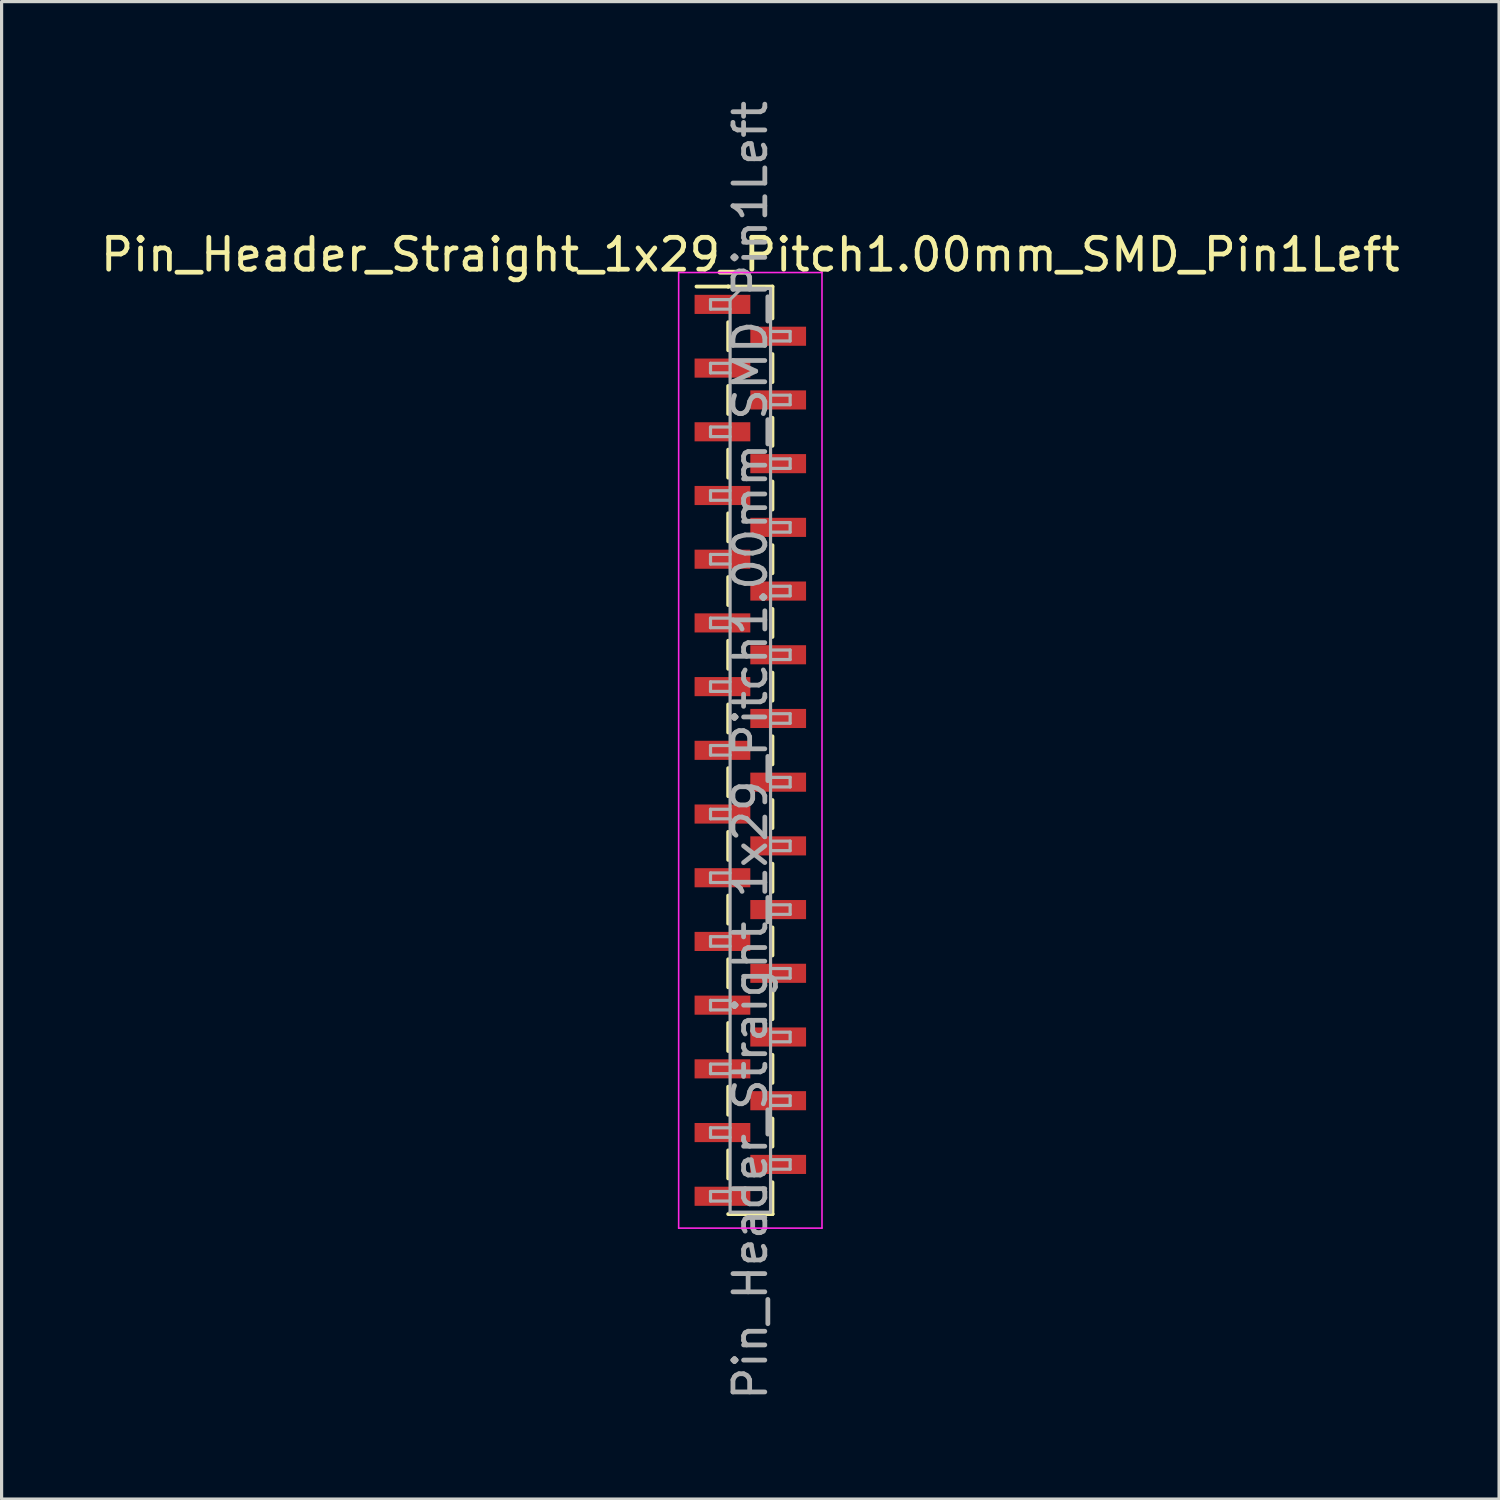
<source format=kicad_pcb>
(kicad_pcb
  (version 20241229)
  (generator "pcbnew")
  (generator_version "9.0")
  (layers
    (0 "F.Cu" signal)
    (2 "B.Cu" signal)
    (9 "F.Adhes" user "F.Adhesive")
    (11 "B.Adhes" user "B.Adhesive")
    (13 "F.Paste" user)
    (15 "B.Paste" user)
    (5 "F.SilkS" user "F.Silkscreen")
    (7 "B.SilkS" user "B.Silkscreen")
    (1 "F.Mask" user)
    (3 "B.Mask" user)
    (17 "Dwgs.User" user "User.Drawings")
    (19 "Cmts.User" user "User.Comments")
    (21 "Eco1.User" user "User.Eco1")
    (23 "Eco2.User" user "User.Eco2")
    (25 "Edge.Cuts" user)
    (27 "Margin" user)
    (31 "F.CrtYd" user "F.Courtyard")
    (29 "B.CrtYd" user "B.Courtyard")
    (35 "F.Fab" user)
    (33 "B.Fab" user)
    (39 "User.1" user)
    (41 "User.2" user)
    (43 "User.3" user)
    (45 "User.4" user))
  (footprint "Pin_Header_Straight_1x29_Pitch1.00mm_SMD_Pin1Left"
    (layer "F.Cu")
    (at 20.506 20.506)
    (property "Reference" "Pin_Header_Straight_1x29_Pitch1.00mm_SMD_Pin1Left" (at 0 -15.56 0) (layer "F.SilkS") (effects (font (size 1 1) (thickness 0.15))))
    (attr smd)
    (fp_line (start -0.695 -14.56) (end -1.69 -14.56) (stroke (width 0.12) (type solid)) (layer "F.SilkS"))
    (fp_line (start -0.695 -14.56) (end -0.695 -14.56) (stroke (width 0.12) (type solid)) (layer "F.SilkS"))
    (fp_line (start -0.695 -14.56) (end 0.695 -14.56) (stroke (width 0.12) (type solid)) (layer "F.SilkS"))
    (fp_line (start -0.695 -13.44) (end -0.695 -12.56) (stroke (width 0.12) (type solid)) (layer "F.SilkS"))
    (fp_line (start -0.695 -11.44) (end -0.695 -10.56) (stroke (width 0.12) (type solid)) (layer "F.SilkS"))
    (fp_line (start -0.695 -9.44) (end -0.695 -8.56) (stroke (width 0.12) (type solid)) (layer "F.SilkS"))
    (fp_line (start -0.695 -7.44) (end -0.695 -6.56) (stroke (width 0.12) (type solid)) (layer "F.SilkS"))
    (fp_line (start -0.695 -5.44) (end -0.695 -4.56) (stroke (width 0.12) (type solid)) (layer "F.SilkS"))
    (fp_line (start -0.695 -3.44) (end -0.695 -2.56) (stroke (width 0.12) (type solid)) (layer "F.SilkS"))
    (fp_line (start -0.695 -1.44) (end -0.695 -0.56) (stroke (width 0.12) (type solid)) (layer "F.SilkS"))
    (fp_line (start -0.695 0.56) (end -0.695 1.44) (stroke (width 0.12) (type solid)) (layer "F.SilkS"))
    (fp_line (start -0.695 2.56) (end -0.695 3.44) (stroke (width 0.12) (type solid)) (layer "F.SilkS"))
    (fp_line (start -0.695 4.56) (end -0.695 5.44) (stroke (width 0.12) (type solid)) (layer "F.SilkS"))
    (fp_line (start -0.695 6.56) (end -0.695 7.44) (stroke (width 0.12) (type solid)) (layer "F.SilkS"))
    (fp_line (start -0.695 8.56) (end -0.695 9.44) (stroke (width 0.12) (type solid)) (layer "F.SilkS"))
    (fp_line (start -0.695 10.56) (end -0.695 11.44) (stroke (width 0.12) (type solid)) (layer "F.SilkS"))
    (fp_line (start -0.695 12.56) (end -0.695 13.44) (stroke (width 0.12) (type solid)) (layer "F.SilkS"))
    (fp_line (start -0.695 14.56) (end 0.695 14.56) (stroke (width 0.12) (type solid)) (layer "F.SilkS"))
    (fp_line (start 0.695 -14.56) (end 0.695 -13.56) (stroke (width 0.12) (type solid)) (layer "F.SilkS"))
    (fp_line (start 0.695 -12.44) (end 0.695 -11.56) (stroke (width 0.12) (type solid)) (layer "F.SilkS"))
    (fp_line (start 0.695 -10.44) (end 0.695 -9.56) (stroke (width 0.12) (type solid)) (layer "F.SilkS"))
    (fp_line (start 0.695 -8.44) (end 0.695 -7.56) (stroke (width 0.12) (type solid)) (layer "F.SilkS"))
    (fp_line (start 0.695 -6.44) (end 0.695 -5.56) (stroke (width 0.12) (type solid)) (layer "F.SilkS"))
    (fp_line (start 0.695 -4.44) (end 0.695 -3.56) (stroke (width 0.12) (type solid)) (layer "F.SilkS"))
    (fp_line (start 0.695 -2.44) (end 0.695 -1.56) (stroke (width 0.12) (type solid)) (layer "F.SilkS"))
    (fp_line (start 0.695 -0.44) (end 0.695 0.44) (stroke (width 0.12) (type solid)) (layer "F.SilkS"))
    (fp_line (start 0.695 1.56) (end 0.695 2.44) (stroke (width 0.12) (type solid)) (layer "F.SilkS"))
    (fp_line (start 0.695 3.56) (end 0.695 4.44) (stroke (width 0.12) (type solid)) (layer "F.SilkS"))
    (fp_line (start 0.695 5.56) (end 0.695 6.44) (stroke (width 0.12) (type solid)) (layer "F.SilkS"))
    (fp_line (start 0.695 7.56) (end 0.695 8.44) (stroke (width 0.12) (type solid)) (layer "F.SilkS"))
    (fp_line (start 0.695 9.56) (end 0.695 10.44) (stroke (width 0.12) (type solid)) (layer "F.SilkS"))
    (fp_line (start 0.695 11.56) (end 0.695 12.44) (stroke (width 0.12) (type solid)) (layer "F.SilkS"))
    (fp_line (start 0.695 13.56) (end 0.695 14.56) (stroke (width 0.12) (type solid)) (layer "F.SilkS"))
    (fp_line (start 0.695 14.56) (end 0.695 14.56) (stroke (width 0.12) (type solid)) (layer "F.SilkS"))
    (fp_line (start -2.25 -15) (end -2.25 15) (stroke (width 0.05) (type solid)) (layer "F.CrtYd"))
    (fp_line (start -2.25 15) (end 2.25 15) (stroke (width 0.05) (type solid)) (layer "F.CrtYd"))
    (fp_line (start 2.25 -15) (end -2.25 -15) (stroke (width 0.05) (type solid)) (layer "F.CrtYd"))
    (fp_line (start 2.25 15) (end 2.25 -15) (stroke (width 0.05) (type solid)) (layer "F.CrtYd"))
    (fp_line (start -1.25 -14.15) (end -1.25 -13.85) (stroke (width 0.1) (type solid)) (layer "F.Fab"))
    (fp_line (start -1.25 -13.85) (end -0.635 -13.85) (stroke (width 0.1) (type solid)) (layer "F.Fab"))
    (fp_line (start -1.25 -12.15) (end -1.25 -11.85) (stroke (width 0.1) (type solid)) (layer "F.Fab"))
    (fp_line (start -1.25 -11.85) (end -0.635 -11.85) (stroke (width 0.1) (type solid)) (layer "F.Fab"))
    (fp_line (start -1.25 -10.15) (end -1.25 -9.85) (stroke (width 0.1) (type solid)) (layer "F.Fab"))
    (fp_line (start -1.25 -9.85) (end -0.635 -9.85) (stroke (width 0.1) (type solid)) (layer "F.Fab"))
    (fp_line (start -1.25 -8.15) (end -1.25 -7.85) (stroke (width 0.1) (type solid)) (layer "F.Fab"))
    (fp_line (start -1.25 -7.85) (end -0.635 -7.85) (stroke (width 0.1) (type solid)) (layer "F.Fab"))
    (fp_line (start -1.25 -6.15) (end -1.25 -5.85) (stroke (width 0.1) (type solid)) (layer "F.Fab"))
    (fp_line (start -1.25 -5.85) (end -0.635 -5.85) (stroke (width 0.1) (type solid)) (layer "F.Fab"))
    (fp_line (start -1.25 -4.15) (end -1.25 -3.85) (stroke (width 0.1) (type solid)) (layer "F.Fab"))
    (fp_line (start -1.25 -3.85) (end -0.635 -3.85) (stroke (width 0.1) (type solid)) (layer "F.Fab"))
    (fp_line (start -1.25 -2.15) (end -1.25 -1.85) (stroke (width 0.1) (type solid)) (layer "F.Fab"))
    (fp_line (start -1.25 -1.85) (end -0.635 -1.85) (stroke (width 0.1) (type solid)) (layer "F.Fab"))
    (fp_line (start -1.25 -0.15) (end -1.25 0.15) (stroke (width 0.1) (type solid)) (layer "F.Fab"))
    (fp_line (start -1.25 0.15) (end -0.635 0.15) (stroke (width 0.1) (type solid)) (layer "F.Fab"))
    (fp_line (start -1.25 1.85) (end -1.25 2.15) (stroke (width 0.1) (type solid)) (layer "F.Fab"))
    (fp_line (start -1.25 2.15) (end -0.635 2.15) (stroke (width 0.1) (type solid)) (layer "F.Fab"))
    (fp_line (start -1.25 3.85) (end -1.25 4.15) (stroke (width 0.1) (type solid)) (layer "F.Fab"))
    (fp_line (start -1.25 4.15) (end -0.635 4.15) (stroke (width 0.1) (type solid)) (layer "F.Fab"))
    (fp_line (start -1.25 5.85) (end -1.25 6.15) (stroke (width 0.1) (type solid)) (layer "F.Fab"))
    (fp_line (start -1.25 6.15) (end -0.635 6.15) (stroke (width 0.1) (type solid)) (layer "F.Fab"))
    (fp_line (start -1.25 7.85) (end -1.25 8.15) (stroke (width 0.1) (type solid)) (layer "F.Fab"))
    (fp_line (start -1.25 8.15) (end -0.635 8.15) (stroke (width 0.1) (type solid)) (layer "F.Fab"))
    (fp_line (start -1.25 9.85) (end -1.25 10.15) (stroke (width 0.1) (type solid)) (layer "F.Fab"))
    (fp_line (start -1.25 10.15) (end -0.635 10.15) (stroke (width 0.1) (type solid)) (layer "F.Fab"))
    (fp_line (start -1.25 11.85) (end -1.25 12.15) (stroke (width 0.1) (type solid)) (layer "F.Fab"))
    (fp_line (start -1.25 12.15) (end -0.635 12.15) (stroke (width 0.1) (type solid)) (layer "F.Fab"))
    (fp_line (start -1.25 13.85) (end -1.25 14.15) (stroke (width 0.1) (type solid)) (layer "F.Fab"))
    (fp_line (start -1.25 14.15) (end -0.635 14.15) (stroke (width 0.1) (type solid)) (layer "F.Fab"))
    (fp_line (start -0.635 -14.15) (end -1.25 -14.15) (stroke (width 0.1) (type solid)) (layer "F.Fab"))
    (fp_line (start -0.635 -14.15) (end -0.285 -14.5) (stroke (width 0.1) (type solid)) (layer "F.Fab"))
    (fp_line (start -0.635 -12.15) (end -1.25 -12.15) (stroke (width 0.1) (type solid)) (layer "F.Fab"))
    (fp_line (start -0.635 -10.15) (end -1.25 -10.15) (stroke (width 0.1) (type solid)) (layer "F.Fab"))
    (fp_line (start -0.635 -8.15) (end -1.25 -8.15) (stroke (width 0.1) (type solid)) (layer "F.Fab"))
    (fp_line (start -0.635 -6.15) (end -1.25 -6.15) (stroke (width 0.1) (type solid)) (layer "F.Fab"))
    (fp_line (start -0.635 -4.15) (end -1.25 -4.15) (stroke (width 0.1) (type solid)) (layer "F.Fab"))
    (fp_line (start -0.635 -2.15) (end -1.25 -2.15) (stroke (width 0.1) (type solid)) (layer "F.Fab"))
    (fp_line (start -0.635 -0.15) (end -1.25 -0.15) (stroke (width 0.1) (type solid)) (layer "F.Fab"))
    (fp_line (start -0.635 1.85) (end -1.25 1.85) (stroke (width 0.1) (type solid)) (layer "F.Fab"))
    (fp_line (start -0.635 3.85) (end -1.25 3.85) (stroke (width 0.1) (type solid)) (layer "F.Fab"))
    (fp_line (start -0.635 5.85) (end -1.25 5.85) (stroke (width 0.1) (type solid)) (layer "F.Fab"))
    (fp_line (start -0.635 7.85) (end -1.25 7.85) (stroke (width 0.1) (type solid)) (layer "F.Fab"))
    (fp_line (start -0.635 9.85) (end -1.25 9.85) (stroke (width 0.1) (type solid)) (layer "F.Fab"))
    (fp_line (start -0.635 11.85) (end -1.25 11.85) (stroke (width 0.1) (type solid)) (layer "F.Fab"))
    (fp_line (start -0.635 13.85) (end -1.25 13.85) (stroke (width 0.1) (type solid)) (layer "F.Fab"))
    (fp_line (start -0.635 14.5) (end -0.635 -14.15) (stroke (width 0.1) (type solid)) (layer "F.Fab"))
    (fp_line (start -0.285 -14.5) (end 0.635 -14.5) (stroke (width 0.1) (type solid)) (layer "F.Fab"))
    (fp_line (start 0.635 -14.5) (end 0.635 14.5) (stroke (width 0.1) (type solid)) (layer "F.Fab"))
    (fp_line (start 0.635 -13.15) (end 1.25 -13.15) (stroke (width 0.1) (type solid)) (layer "F.Fab"))
    (fp_line (start 0.635 -11.15) (end 1.25 -11.15) (stroke (width 0.1) (type solid)) (layer "F.Fab"))
    (fp_line (start 0.635 -9.15) (end 1.25 -9.15) (stroke (width 0.1) (type solid)) (layer "F.Fab"))
    (fp_line (start 0.635 -7.15) (end 1.25 -7.15) (stroke (width 0.1) (type solid)) (layer "F.Fab"))
    (fp_line (start 0.635 -5.15) (end 1.25 -5.15) (stroke (width 0.1) (type solid)) (layer "F.Fab"))
    (fp_line (start 0.635 -3.15) (end 1.25 -3.15) (stroke (width 0.1) (type solid)) (layer "F.Fab"))
    (fp_line (start 0.635 -1.15) (end 1.25 -1.15) (stroke (width 0.1) (type solid)) (layer "F.Fab"))
    (fp_line (start 0.635 0.85) (end 1.25 0.85) (stroke (width 0.1) (type solid)) (layer "F.Fab"))
    (fp_line (start 0.635 2.85) (end 1.25 2.85) (stroke (width 0.1) (type solid)) (layer "F.Fab"))
    (fp_line (start 0.635 4.85) (end 1.25 4.85) (stroke (width 0.1) (type solid)) (layer "F.Fab"))
    (fp_line (start 0.635 6.85) (end 1.25 6.85) (stroke (width 0.1) (type solid)) (layer "F.Fab"))
    (fp_line (start 0.635 8.85) (end 1.25 8.85) (stroke (width 0.1) (type solid)) (layer "F.Fab"))
    (fp_line (start 0.635 10.85) (end 1.25 10.85) (stroke (width 0.1) (type solid)) (layer "F.Fab"))
    (fp_line (start 0.635 12.85) (end 1.25 12.85) (stroke (width 0.1) (type solid)) (layer "F.Fab"))
    (fp_line (start 0.635 14.5) (end -0.635 14.5) (stroke (width 0.1) (type solid)) (layer "F.Fab"))
    (fp_line (start 1.25 -13.15) (end 1.25 -12.85) (stroke (width 0.1) (type solid)) (layer "F.Fab"))
    (fp_line (start 1.25 -12.85) (end 0.635 -12.85) (stroke (width 0.1) (type solid)) (layer "F.Fab"))
    (fp_line (start 1.25 -11.15) (end 1.25 -10.85) (stroke (width 0.1) (type solid)) (layer "F.Fab"))
    (fp_line (start 1.25 -10.85) (end 0.635 -10.85) (stroke (width 0.1) (type solid)) (layer "F.Fab"))
    (fp_line (start 1.25 -9.15) (end 1.25 -8.85) (stroke (width 0.1) (type solid)) (layer "F.Fab"))
    (fp_line (start 1.25 -8.85) (end 0.635 -8.85) (stroke (width 0.1) (type solid)) (layer "F.Fab"))
    (fp_line (start 1.25 -7.15) (end 1.25 -6.85) (stroke (width 0.1) (type solid)) (layer "F.Fab"))
    (fp_line (start 1.25 -6.85) (end 0.635 -6.85) (stroke (width 0.1) (type solid)) (layer "F.Fab"))
    (fp_line (start 1.25 -5.15) (end 1.25 -4.85) (stroke (width 0.1) (type solid)) (layer "F.Fab"))
    (fp_line (start 1.25 -4.85) (end 0.635 -4.85) (stroke (width 0.1) (type solid)) (layer "F.Fab"))
    (fp_line (start 1.25 -3.15) (end 1.25 -2.85) (stroke (width 0.1) (type solid)) (layer "F.Fab"))
    (fp_line (start 1.25 -2.85) (end 0.635 -2.85) (stroke (width 0.1) (type solid)) (layer "F.Fab"))
    (fp_line (start 1.25 -1.15) (end 1.25 -0.85) (stroke (width 0.1) (type solid)) (layer "F.Fab"))
    (fp_line (start 1.25 -0.85) (end 0.635 -0.85) (stroke (width 0.1) (type solid)) (layer "F.Fab"))
    (fp_line (start 1.25 0.85) (end 1.25 1.15) (stroke (width 0.1) (type solid)) (layer "F.Fab"))
    (fp_line (start 1.25 1.15) (end 0.635 1.15) (stroke (width 0.1) (type solid)) (layer "F.Fab"))
    (fp_line (start 1.25 2.85) (end 1.25 3.15) (stroke (width 0.1) (type solid)) (layer "F.Fab"))
    (fp_line (start 1.25 3.15) (end 0.635 3.15) (stroke (width 0.1) (type solid)) (layer "F.Fab"))
    (fp_line (start 1.25 4.85) (end 1.25 5.15) (stroke (width 0.1) (type solid)) (layer "F.Fab"))
    (fp_line (start 1.25 5.15) (end 0.635 5.15) (stroke (width 0.1) (type solid)) (layer "F.Fab"))
    (fp_line (start 1.25 6.85) (end 1.25 7.15) (stroke (width 0.1) (type solid)) (layer "F.Fab"))
    (fp_line (start 1.25 7.15) (end 0.635 7.15) (stroke (width 0.1) (type solid)) (layer "F.Fab"))
    (fp_line (start 1.25 8.85) (end 1.25 9.15) (stroke (width 0.1) (type solid)) (layer "F.Fab"))
    (fp_line (start 1.25 9.15) (end 0.635 9.15) (stroke (width 0.1) (type solid)) (layer "F.Fab"))
    (fp_line (start 1.25 10.85) (end 1.25 11.15) (stroke (width 0.1) (type solid)) (layer "F.Fab"))
    (fp_line (start 1.25 11.15) (end 0.635 11.15) (stroke (width 0.1) (type solid)) (layer "F.Fab"))
    (fp_line (start 1.25 12.85) (end 1.25 13.15) (stroke (width 0.1) (type solid)) (layer "F.Fab"))
    (fp_line (start 1.25 13.15) (end 0.635 13.15) (stroke (width 0.1) (type solid)) (layer "F.Fab"))
    (fp_text user "${REFERENCE}" (at 0 0 90) (layer "F.Fab") (effects (font (size 1 1) (thickness 0.15))))
    (pad "1" smd rect (at -0.875 -14) (size 1.75 0.6) (layers "F.Cu" "F.Mask" "F.Paste"))
    (pad "2" smd rect (at 0.875 -13) (size 1.75 0.6) (layers "F.Cu" "F.Mask" "F.Paste"))
    (pad "3" smd rect (at -0.875 -12) (size 1.75 0.6) (layers "F.Cu" "F.Mask" "F.Paste"))
    (pad "4" smd rect (at 0.875 -11) (size 1.75 0.6) (layers "F.Cu" "F.Mask" "F.Paste"))
    (pad "5" smd rect (at -0.875 -10) (size 1.75 0.6) (layers "F.Cu" "F.Mask" "F.Paste"))
    (pad "6" smd rect (at 0.875 -9) (size 1.75 0.6) (layers "F.Cu" "F.Mask" "F.Paste"))
    (pad "7" smd rect (at -0.875 -8) (size 1.75 0.6) (layers "F.Cu" "F.Mask" "F.Paste"))
    (pad "8" smd rect (at 0.875 -7) (size 1.75 0.6) (layers "F.Cu" "F.Mask" "F.Paste"))
    (pad "9" smd rect (at -0.875 -6) (size 1.75 0.6) (layers "F.Cu" "F.Mask" "F.Paste"))
    (pad "10" smd rect (at 0.875 -5) (size 1.75 0.6) (layers "F.Cu" "F.Mask" "F.Paste"))
    (pad "11" smd rect (at -0.875 -4) (size 1.75 0.6) (layers "F.Cu" "F.Mask" "F.Paste"))
    (pad "12" smd rect (at 0.875 -3) (size 1.75 0.6) (layers "F.Cu" "F.Mask" "F.Paste"))
    (pad "13" smd rect (at -0.875 -2) (size 1.75 0.6) (layers "F.Cu" "F.Mask" "F.Paste"))
    (pad "14" smd rect (at 0.875 -1) (size 1.75 0.6) (layers "F.Cu" "F.Mask" "F.Paste"))
    (pad "15" smd rect (at -0.875 0) (size 1.75 0.6) (layers "F.Cu" "F.Mask" "F.Paste"))
    (pad "16" smd rect (at 0.875 1) (size 1.75 0.6) (layers "F.Cu" "F.Mask" "F.Paste"))
    (pad "17" smd rect (at -0.875 2) (size 1.75 0.6) (layers "F.Cu" "F.Mask" "F.Paste"))
    (pad "18" smd rect (at 0.875 3) (size 1.75 0.6) (layers "F.Cu" "F.Mask" "F.Paste"))
    (pad "19" smd rect (at -0.875 4) (size 1.75 0.6) (layers "F.Cu" "F.Mask" "F.Paste"))
    (pad "20" smd rect (at 0.875 5) (size 1.75 0.6) (layers "F.Cu" "F.Mask" "F.Paste"))
    (pad "21" smd rect (at -0.875 6) (size 1.75 0.6) (layers "F.Cu" "F.Mask" "F.Paste"))
    (pad "22" smd rect (at 0.875 7) (size 1.75 0.6) (layers "F.Cu" "F.Mask" "F.Paste"))
    (pad "23" smd rect (at -0.875 8) (size 1.75 0.6) (layers "F.Cu" "F.Mask" "F.Paste"))
    (pad "24" smd rect (at 0.875 9) (size 1.75 0.6) (layers "F.Cu" "F.Mask" "F.Paste"))
    (pad "25" smd rect (at -0.875 10) (size 1.75 0.6) (layers "F.Cu" "F.Mask" "F.Paste"))
    (pad "26" smd rect (at 0.875 11) (size 1.75 0.6) (layers "F.Cu" "F.Mask" "F.Paste"))
    (pad "27" smd rect (at -0.875 12) (size 1.75 0.6) (layers "F.Cu" "F.Mask" "F.Paste"))
    (pad "28" smd rect (at 0.875 13) (size 1.75 0.6) (layers "F.Cu" "F.Mask" "F.Paste"))
    (pad "29" smd rect (at -0.875 14) (size 1.75 0.6) (layers "F.Cu" "F.Mask" "F.Paste")))
  (gr_rect
    (start -3 -3)
    (end 44.012 44.012)
    (stroke (width 0.1) (type default))
    (fill no)
    (layer "Edge.Cuts")))
</source>
